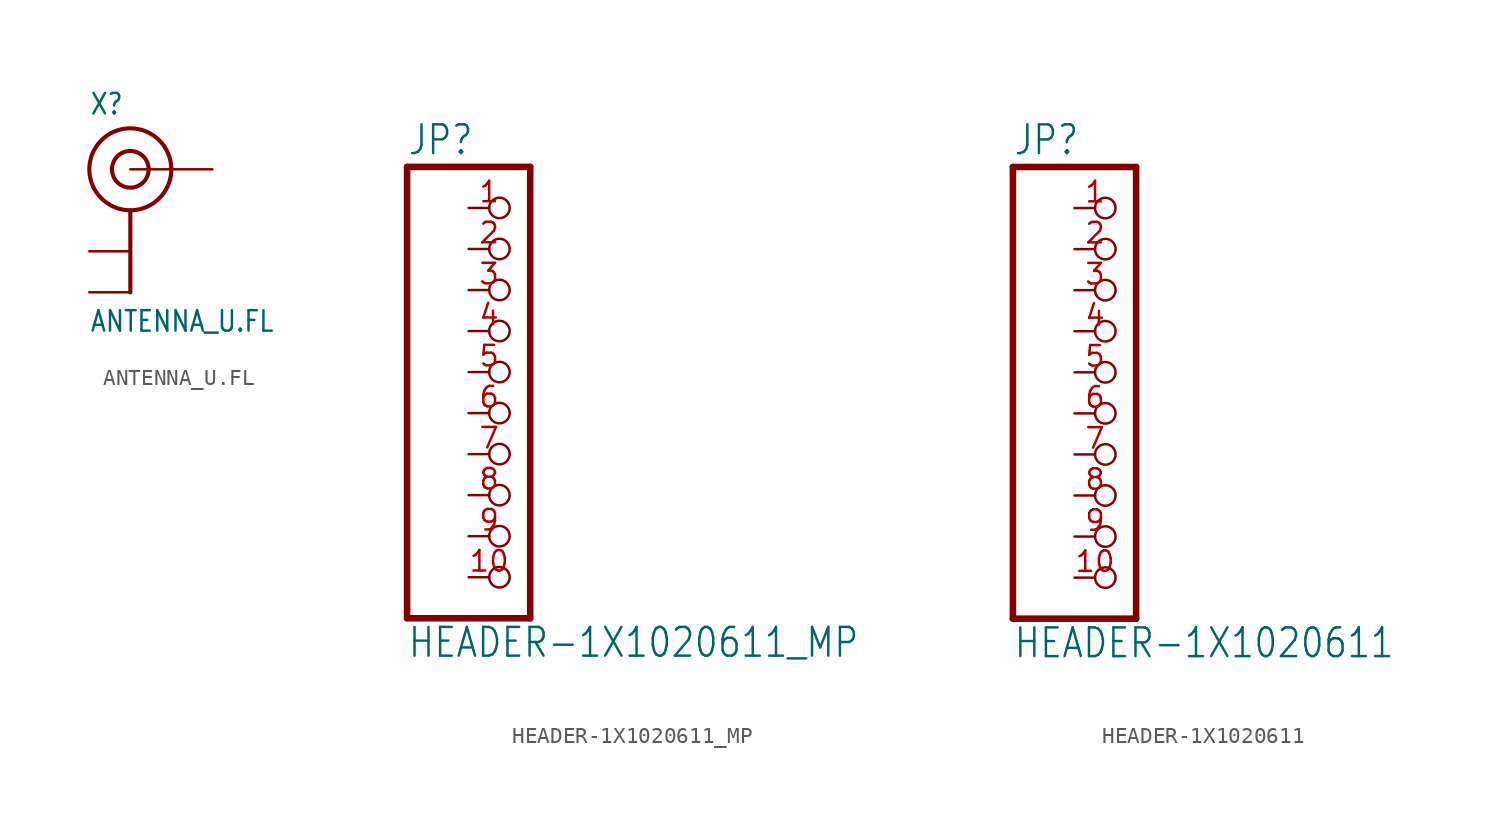
<source format=kicad_sym>
(kicad_symbol_lib
  (version 20211014)
  (generator kicad_symbol_editor)
  (symbol "ANTENNA_U.FL"
    (property "Reference" "X"
      (at -2.54 3.302 0)
      (effects (font (size 1.27 1.079)) (justify left bottom)))
    (property "Value" "ANTENNA_U.FL"
      (at -2.54 -10.16 0)
      (effects (font (size 1.27 1.079)) (justify left bottom)))
    (property "ki_locked" ""
      (at 0 0 0)
      (effects (font (size 1.27 1.27))))
    (symbol "ANTENNA_U.FL_1_0"
      (polyline (pts (xy 0 -2.54) (xy 0 -7.62)) (stroke (width 0.254) (type default) (color 0 0 0 0)) (fill (type none)))
      (circle (center 0 0) (radius 1.136) (stroke (width 0.254) (type default) (color 0 0 0 0)) (fill (type none)))
      (circle (center 0 0) (radius 2.54) (stroke (width 0.254) (type default) (color 0 0 0 0)) (fill (type none)))
      (pin passive line (at -2.54 -5.08 0) (length 2.54) (name "GND@0" (effects (font (size 0 0)))) (number "1" (effects (font (size 0 0)))))
      (pin passive line (at -2.54 -7.62 0) (length 2.54) (name "GND@1" (effects (font (size 0 0)))) (number "2" (effects (font (size 0 0)))))
      (pin passive line (at 5.08 0 180) (length 5.08) (name "SIGNAL" (effects (font (size 0 0)))) (number "3" (effects (font (size 0 0)))))))
  (symbol "HEADER-1X1020611_MP"
    (property "Reference" "JP"
      (at -6.35 13.335 0)
      (effects (font (size 1.778 1.511)) (justify left bottom)))
    (property "Value" "HEADER-1X1020611_MP"
      (at -6.35 -17.78 0)
      (effects (font (size 1.778 1.511)) (justify left bottom)))
    (property "ki_locked" ""
      (at 0 0 0)
      (effects (font (size 1.27 1.27))))
    (symbol "HEADER-1X1020611_MP_1_0"
      (polyline (pts (xy -6.35 -15.24) (xy 1.27 -15.24)) (stroke (width 0.406) (type default) (color 0 0 0 0)) (fill (type none)))
      (polyline (pts (xy -6.35 12.7) (xy -6.35 -15.24)) (stroke (width 0.406) (type default) (color 0 0 0 0)) (fill (type none)))
      (polyline (pts (xy 1.27 -15.24) (xy 1.27 12.7)) (stroke (width 0.406) (type default) (color 0 0 0 0)) (fill (type none)))
      (polyline (pts (xy 1.27 12.7) (xy -6.35 12.7)) (stroke (width 0.406) (type default) (color 0 0 0 0)) (fill (type none)))
      (pin passive inverted (at -2.54 10.16 0) (length 2.54) (name "1" (effects (font (size 0 0)))) (number "1" (effects (font (size 1.27 1.27)))))
      (pin passive inverted (at -2.54 -12.7 0) (length 2.54) (name "10" (effects (font (size 0 0)))) (number "10" (effects (font (size 1.27 1.27)))))
      (pin passive inverted (at -2.54 7.62 0) (length 2.54) (name "2" (effects (font (size 0 0)))) (number "2" (effects (font (size 1.27 1.27)))))
      (pin passive inverted (at -2.54 5.08 0) (length 2.54) (name "3" (effects (font (size 0 0)))) (number "3" (effects (font (size 1.27 1.27)))))
      (pin passive inverted (at -2.54 2.54 0) (length 2.54) (name "4" (effects (font (size 0 0)))) (number "4" (effects (font (size 1.27 1.27)))))
      (pin passive inverted (at -2.54 0 0) (length 2.54) (name "5" (effects (font (size 0 0)))) (number "5" (effects (font (size 1.27 1.27)))))
      (pin passive inverted (at -2.54 -2.54 0) (length 2.54) (name "6" (effects (font (size 0 0)))) (number "6" (effects (font (size 1.27 1.27)))))
      (pin passive inverted (at -2.54 -5.08 0) (length 2.54) (name "7" (effects (font (size 0 0)))) (number "7" (effects (font (size 1.27 1.27)))))
      (pin passive inverted (at -2.54 -7.62 0) (length 2.54) (name "8" (effects (font (size 0 0)))) (number "8" (effects (font (size 1.27 1.27)))))
      (pin passive inverted (at -2.54 -10.16 0) (length 2.54) (name "9" (effects (font (size 0 0)))) (number "9" (effects (font (size 1.27 1.27)))))))
  (symbol "HEADER-1X1020611"
    (property "Reference" "JP"
      (at -6.35 13.335 0)
      (effects (font (size 1.778 1.511)) (justify left bottom)))
    (property "Value" "HEADER-1X1020611"
      (at -6.35 -17.78 0)
      (effects (font (size 1.778 1.511)) (justify left bottom)))
    (property "ki_locked" ""
      (at 0 0 0)
      (effects (font (size 1.27 1.27))))
    (symbol "HEADER-1X1020611_1_0"
      (polyline (pts (xy -6.35 -15.24) (xy 1.27 -15.24)) (stroke (width 0.406) (type default) (color 0 0 0 0)) (fill (type none)))
      (polyline (pts (xy -6.35 12.7) (xy -6.35 -15.24)) (stroke (width 0.406) (type default) (color 0 0 0 0)) (fill (type none)))
      (polyline (pts (xy 1.27 -15.24) (xy 1.27 12.7)) (stroke (width 0.406) (type default) (color 0 0 0 0)) (fill (type none)))
      (polyline (pts (xy 1.27 12.7) (xy -6.35 12.7)) (stroke (width 0.406) (type default) (color 0 0 0 0)) (fill (type none)))
      (pin passive inverted (at -2.54 10.16 0) (length 2.54) (name "1" (effects (font (size 0 0)))) (number "1" (effects (font (size 1.27 1.27)))))
      (pin passive inverted (at -2.54 -12.7 0) (length 2.54) (name "10" (effects (font (size 0 0)))) (number "10" (effects (font (size 1.27 1.27)))))
      (pin passive inverted (at -2.54 7.62 0) (length 2.54) (name "2" (effects (font (size 0 0)))) (number "2" (effects (font (size 1.27 1.27)))))
      (pin passive inverted (at -2.54 5.08 0) (length 2.54) (name "3" (effects (font (size 0 0)))) (number "3" (effects (font (size 1.27 1.27)))))
      (pin passive inverted (at -2.54 2.54 0) (length 2.54) (name "4" (effects (font (size 0 0)))) (number "4" (effects (font (size 1.27 1.27)))))
      (pin passive inverted (at -2.54 0 0) (length 2.54) (name "5" (effects (font (size 0 0)))) (number "5" (effects (font (size 1.27 1.27)))))
      (pin passive inverted (at -2.54 -2.54 0) (length 2.54) (name "6" (effects (font (size 0 0)))) (number "6" (effects (font (size 1.27 1.27)))))
      (pin passive inverted (at -2.54 -5.08 0) (length 2.54) (name "7" (effects (font (size 0 0)))) (number "7" (effects (font (size 1.27 1.27)))))
      (pin passive inverted (at -2.54 -7.62 0) (length 2.54) (name "8" (effects (font (size 0 0)))) (number "8" (effects (font (size 1.27 1.27)))))
      (pin passive inverted (at -2.54 -10.16 0) (length 2.54) (name "9" (effects (font (size 0 0)))) (number "9" (effects (font (size 1.27 1.27))))))))
</source>
